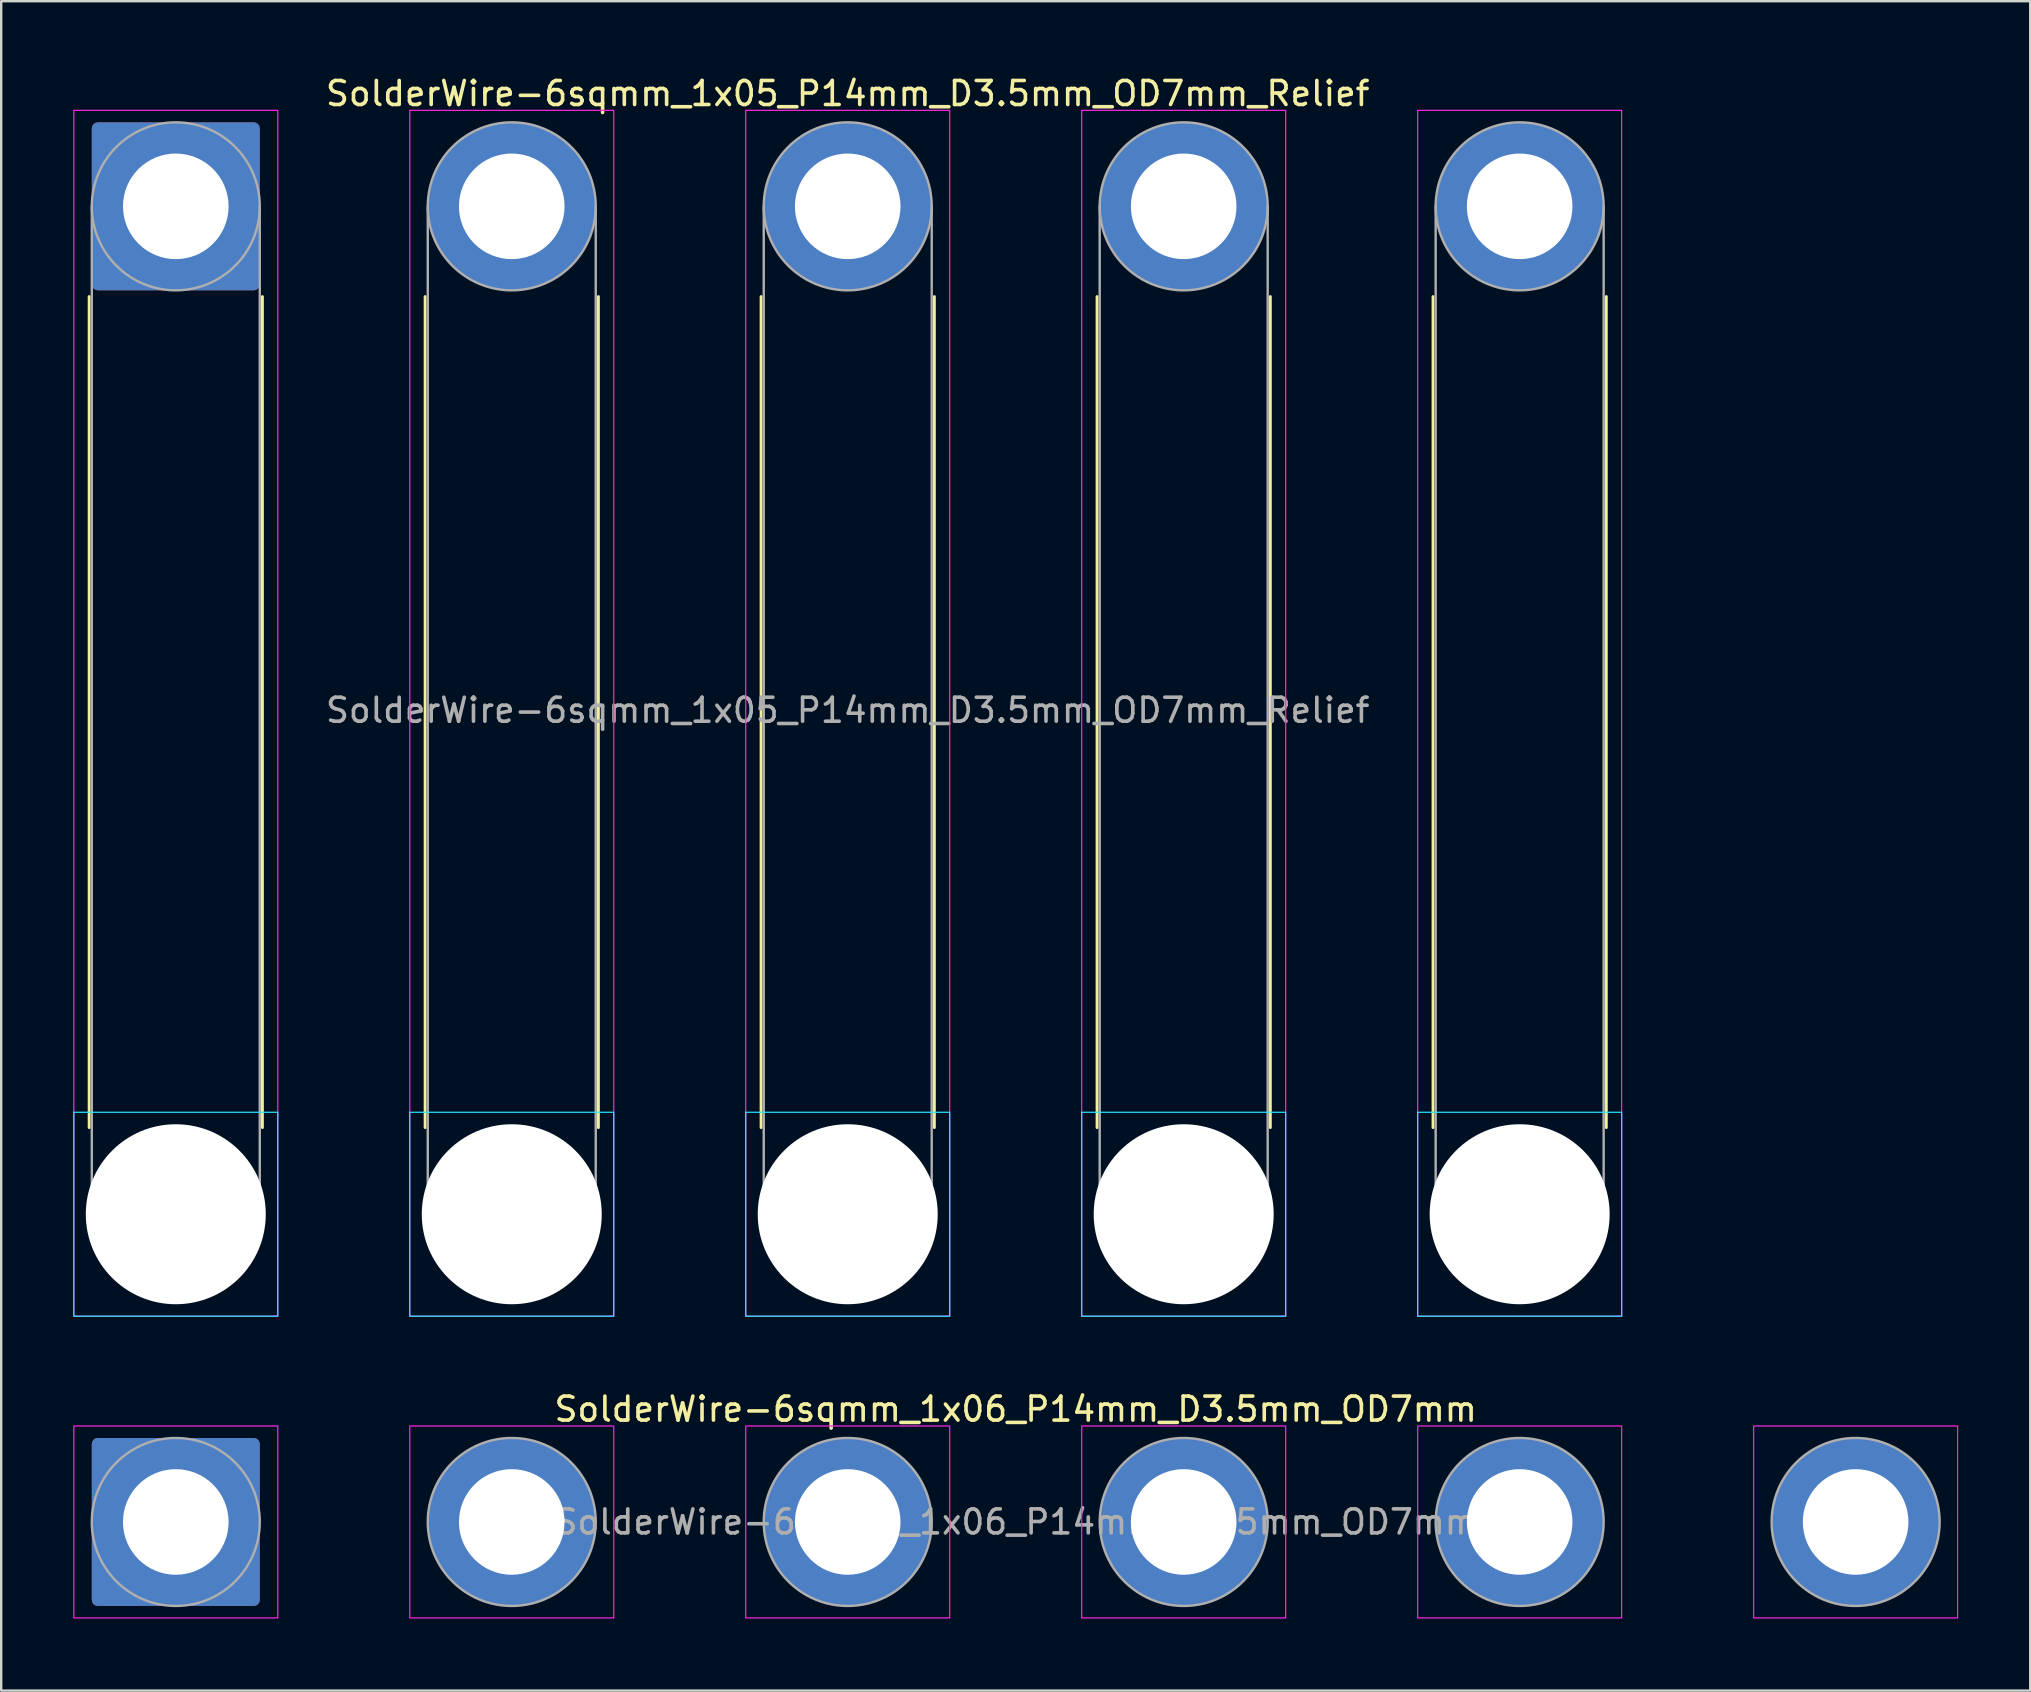
<source format=kicad_pcb>
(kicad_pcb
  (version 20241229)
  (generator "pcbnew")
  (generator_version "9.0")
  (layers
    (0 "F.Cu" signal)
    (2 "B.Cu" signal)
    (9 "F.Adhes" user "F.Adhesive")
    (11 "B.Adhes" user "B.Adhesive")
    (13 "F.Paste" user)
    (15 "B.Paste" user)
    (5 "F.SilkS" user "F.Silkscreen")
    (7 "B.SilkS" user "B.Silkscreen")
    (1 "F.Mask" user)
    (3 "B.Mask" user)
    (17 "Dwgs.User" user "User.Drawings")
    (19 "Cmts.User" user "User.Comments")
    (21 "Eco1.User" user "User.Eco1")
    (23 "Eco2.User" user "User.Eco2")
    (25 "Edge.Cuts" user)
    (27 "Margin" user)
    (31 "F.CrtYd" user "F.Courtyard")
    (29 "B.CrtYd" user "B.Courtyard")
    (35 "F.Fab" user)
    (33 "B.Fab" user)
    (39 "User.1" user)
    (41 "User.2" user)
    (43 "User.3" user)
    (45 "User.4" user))
  (footprint "SolderWire-6sqmm_1x06_P14mm_D3.5mm_OD7mm"
    (layer "F.Cu")
    (at 4.275 60.371)
    (property "Reference" "SolderWire-6sqmm_1x06_P14mm_D3.5mm_OD7mm" (at 35 -4.7 0) (layer "F.SilkS") (effects (font (size 1 1) (thickness 0.15))))
    (attr exclude_from_pos_files exclude_from_bom)
    (fp_rect (start -4.25 -4) (end 4.25 4) (stroke (width 0.05) (type solid)) (fill no) (layer "F.CrtYd"))
    (fp_rect (start 9.75 -4) (end 18.25 4) (stroke (width 0.05) (type solid)) (fill no) (layer "F.CrtYd"))
    (fp_rect (start 23.75 -4) (end 32.25 4) (stroke (width 0.05) (type solid)) (fill no) (layer "F.CrtYd"))
    (fp_rect (start 37.75 -4) (end 46.25 4) (stroke (width 0.05) (type solid)) (fill no) (layer "F.CrtYd"))
    (fp_rect (start 51.75 -4) (end 60.25 4) (stroke (width 0.05) (type solid)) (fill no) (layer "F.CrtYd"))
    (fp_rect (start 65.75 -4) (end 74.25 4) (stroke (width 0.05) (type solid)) (fill no) (layer "F.CrtYd"))
    (fp_circle (center 0 0) (end 3.5 0) (stroke (width 0.1) (type solid)) (fill no) (layer "F.Fab"))
    (fp_circle (center 14 0) (end 17.5 0) (stroke (width 0.1) (type solid)) (fill no) (layer "F.Fab"))
    (fp_circle (center 28 0) (end 31.5 0) (stroke (width 0.1) (type solid)) (fill no) (layer "F.Fab"))
    (fp_circle (center 42 0) (end 45.5 0) (stroke (width 0.1) (type solid)) (fill no) (layer "F.Fab"))
    (fp_circle (center 56 0) (end 59.5 0) (stroke (width 0.1) (type solid)) (fill no) (layer "F.Fab"))
    (fp_circle (center 70 0) (end 73.5 0) (stroke (width 0.1) (type solid)) (fill no) (layer "F.Fab"))
    (fp_text user "${REFERENCE}" (at 35 0 0) (layer "F.Fab") (effects (font (size 1 1) (thickness 0.15))))
    (pad "1" thru_hole roundrect (at 0 0) (size 7 7) (drill 4.4) (layers "*.Cu" "*.Mask") (roundrect_rratio 0.036))
    (pad "2" thru_hole circle (at 14 0) (size 7 7) (drill 4.4) (layers "*.Cu" "*.Mask"))
    (pad "3" thru_hole circle (at 28 0) (size 7 7) (drill 4.4) (layers "*.Cu" "*.Mask"))
    (pad "4" thru_hole circle (at 42 0) (size 7 7) (drill 4.4) (layers "*.Cu" "*.Mask"))
    (pad "5" thru_hole circle (at 56 0) (size 7 7) (drill 4.4) (layers "*.Cu" "*.Mask"))
    (pad "6" thru_hole circle (at 70 0) (size 7 7) (drill 4.4) (layers "*.Cu" "*.Mask")))
  (footprint "SolderWire-6sqmm_1x05_P14mm_D3.5mm_OD7mm_Relief"
    (layer "F.Cu")
    (at 4.275 5.548)
    (property "Reference" "SolderWire-6sqmm_1x05_P14mm_D3.5mm_OD7mm_Relief" (at 28 -4.7 0) (layer "F.SilkS") (effects (font (size 1 1) (thickness 0.15))))
    (attr exclude_from_pos_files exclude_from_bom)
    (fp_line (start -3.61 3.76) (end -3.61 38.39) (stroke (width 0.12) (type solid)) (layer "F.SilkS"))
    (fp_line (start 3.61 3.76) (end 3.61 38.39) (stroke (width 0.12) (type solid)) (layer "F.SilkS"))
    (fp_line (start 10.39 3.76) (end 10.39 38.39) (stroke (width 0.12) (type solid)) (layer "F.SilkS"))
    (fp_line (start 17.61 3.76) (end 17.61 38.39) (stroke (width 0.12) (type solid)) (layer "F.SilkS"))
    (fp_line (start 24.39 3.76) (end 24.39 38.39) (stroke (width 0.12) (type solid)) (layer "F.SilkS"))
    (fp_line (start 31.61 3.76) (end 31.61 38.39) (stroke (width 0.12) (type solid)) (layer "F.SilkS"))
    (fp_line (start 38.39 3.76) (end 38.39 38.39) (stroke (width 0.12) (type solid)) (layer "F.SilkS"))
    (fp_line (start 45.61 3.76) (end 45.61 38.39) (stroke (width 0.12) (type solid)) (layer "F.SilkS"))
    (fp_line (start 52.39 3.76) (end 52.39 38.39) (stroke (width 0.12) (type solid)) (layer "F.SilkS"))
    (fp_line (start 59.61 3.76) (end 59.61 38.39) (stroke (width 0.12) (type solid)) (layer "F.SilkS"))
    (fp_rect (start -4.25 37.75) (end 4.25 46.25) (stroke (width 0.05) (type solid)) (fill no) (layer "B.CrtYd"))
    (fp_rect (start 9.75 37.75) (end 18.25 46.25) (stroke (width 0.05) (type solid)) (fill no) (layer "B.CrtYd"))
    (fp_rect (start 23.75 37.75) (end 32.25 46.25) (stroke (width 0.05) (type solid)) (fill no) (layer "B.CrtYd"))
    (fp_rect (start 37.75 37.75) (end 46.25 46.25) (stroke (width 0.05) (type solid)) (fill no) (layer "B.CrtYd"))
    (fp_rect (start 51.75 37.75) (end 60.25 46.25) (stroke (width 0.05) (type solid)) (fill no) (layer "B.CrtYd"))
    (fp_rect (start -4.25 -4) (end 4.25 46.25) (stroke (width 0.05) (type solid)) (fill no) (layer "F.CrtYd"))
    (fp_rect (start 9.75 -4) (end 18.25 46.25) (stroke (width 0.05) (type solid)) (fill no) (layer "F.CrtYd"))
    (fp_rect (start 23.75 -4) (end 32.25 46.25) (stroke (width 0.05) (type solid)) (fill no) (layer "F.CrtYd"))
    (fp_rect (start 37.75 -4) (end 46.25 46.25) (stroke (width 0.05) (type solid)) (fill no) (layer "F.CrtYd"))
    (fp_rect (start 51.75 -4) (end 60.25 46.25) (stroke (width 0.05) (type solid)) (fill no) (layer "F.CrtYd"))
    (fp_line (start -3.5 0) (end -3.5 42) (stroke (width 0.1) (type solid)) (layer "F.Fab"))
    (fp_line (start 3.5 0) (end 3.5 42) (stroke (width 0.1) (type solid)) (layer "F.Fab"))
    (fp_line (start 10.5 0) (end 10.5 42) (stroke (width 0.1) (type solid)) (layer "F.Fab"))
    (fp_line (start 17.5 0) (end 17.5 42) (stroke (width 0.1) (type solid)) (layer "F.Fab"))
    (fp_line (start 24.5 0) (end 24.5 42) (stroke (width 0.1) (type solid)) (layer "F.Fab"))
    (fp_line (start 31.5 0) (end 31.5 42) (stroke (width 0.1) (type solid)) (layer "F.Fab"))
    (fp_line (start 38.5 0) (end 38.5 42) (stroke (width 0.1) (type solid)) (layer "F.Fab"))
    (fp_line (start 45.5 0) (end 45.5 42) (stroke (width 0.1) (type solid)) (layer "F.Fab"))
    (fp_line (start 52.5 0) (end 52.5 42) (stroke (width 0.1) (type solid)) (layer "F.Fab"))
    (fp_line (start 59.5 0) (end 59.5 42) (stroke (width 0.1) (type solid)) (layer "F.Fab"))
    (fp_circle (center 0 0) (end 3.5 0) (stroke (width 0.1) (type solid)) (fill no) (layer "F.Fab"))
    (fp_circle (center 0 42) (end 3.5 42) (stroke (width 0.1) (type solid)) (fill no) (layer "F.Fab"))
    (fp_circle (center 14 0) (end 17.5 0) (stroke (width 0.1) (type solid)) (fill no) (layer "F.Fab"))
    (fp_circle (center 14 42) (end 17.5 42) (stroke (width 0.1) (type solid)) (fill no) (layer "F.Fab"))
    (fp_circle (center 28 0) (end 31.5 0) (stroke (width 0.1) (type solid)) (fill no) (layer "F.Fab"))
    (fp_circle (center 28 42) (end 31.5 42) (stroke (width 0.1) (type solid)) (fill no) (layer "F.Fab"))
    (fp_circle (center 42 0) (end 45.5 0) (stroke (width 0.1) (type solid)) (fill no) (layer "F.Fab"))
    (fp_circle (center 42 42) (end 45.5 42) (stroke (width 0.1) (type solid)) (fill no) (layer "F.Fab"))
    (fp_circle (center 56 0) (end 59.5 0) (stroke (width 0.1) (type solid)) (fill no) (layer "F.Fab"))
    (fp_circle (center 56 42) (end 59.5 42) (stroke (width 0.1) (type solid)) (fill no) (layer "F.Fab"))
    (fp_text user "${REFERENCE}" (at 28 21 0) (layer "F.Fab") (effects (font (size 1 1) (thickness 0.15))))
    (pad "" np_thru_hole circle (at 0 42) (size 7.5 7.5) (drill 7.5) (layers "*.Cu" "*.Mask"))
    (pad "" np_thru_hole circle (at 14 42) (size 7.5 7.5) (drill 7.5) (layers "*.Cu" "*.Mask"))
    (pad "" np_thru_hole circle (at 28 42) (size 7.5 7.5) (drill 7.5) (layers "*.Cu" "*.Mask"))
    (pad "" np_thru_hole circle (at 42 42) (size 7.5 7.5) (drill 7.5) (layers "*.Cu" "*.Mask"))
    (pad "" np_thru_hole circle (at 56 42) (size 7.5 7.5) (drill 7.5) (layers "*.Cu" "*.Mask"))
    (pad "1" thru_hole roundrect (at 0 0) (size 7 7) (drill 4.4) (layers "*.Cu" "*.Mask") (roundrect_rratio 0.036))
    (pad "2" thru_hole circle (at 14 0) (size 7 7) (drill 4.4) (layers "*.Cu" "*.Mask"))
    (pad "3" thru_hole circle (at 28 0) (size 7 7) (drill 4.4) (layers "*.Cu" "*.Mask"))
    (pad "4" thru_hole circle (at 42 0) (size 7 7) (drill 4.4) (layers "*.Cu" "*.Mask"))
    (pad "5" thru_hole circle (at 56 0) (size 7 7) (drill 4.4) (layers "*.Cu" "*.Mask")))
  (gr_rect
    (start -3 -3)
    (end 81.55 67.397)
    (stroke (width 0.1) (type default))
    (fill no)
    (layer "Edge.Cuts")))
</source>
